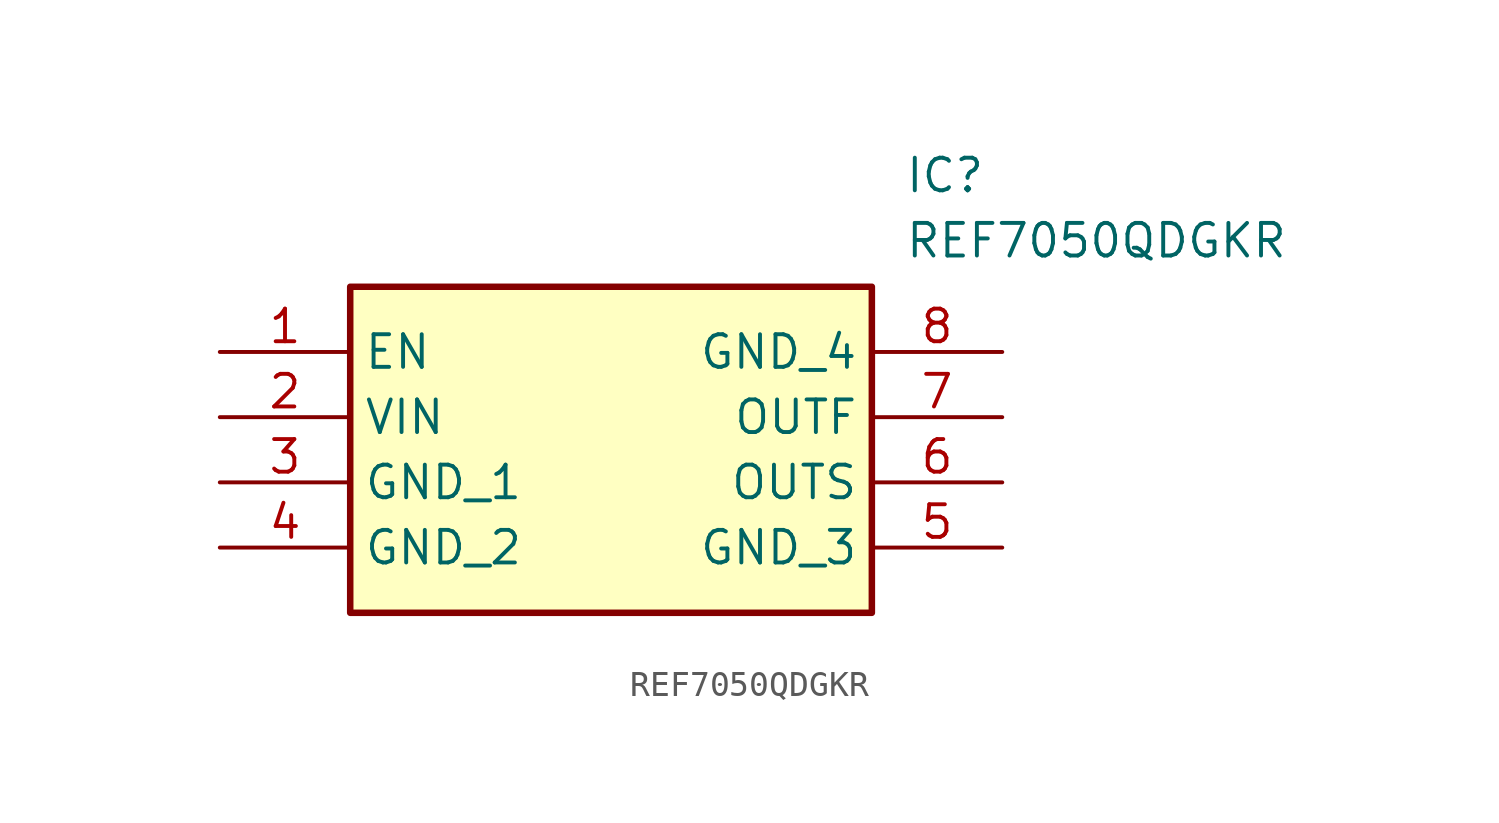
<source format=kicad_sym>
(kicad_symbol_lib
  (version 20211014)
  (generator SamacSys_ECAD_Model)
  (symbol "REF7050QDGKR"
    (property "Reference" "IC"
      (at 26.67 7.62 0)
      (effects (font (size 1.27 1.27)) (justify left top)))
    (property "Value" "REF7050QDGKR"
      (at 26.67 5.08 0)
      (effects (font (size 1.27 1.27)) (justify left top)))
    (rectangle
      (start 5.08 2.54)
      (end 25.4 -10.16)
      (stroke (width 0.254) (type default))
      (fill (type background)))
    (pin passive line
      (at 0 0 0)
      (length 5.08)
      (name "EN" (effects (font (size 1.27 1.27))))
      (number "1" (effects (font (size 1.27 1.27)))))
    (pin passive line
      (at 0 -2.54 0)
      (length 5.08)
      (name "VIN" (effects (font (size 1.27 1.27))))
      (number "2" (effects (font (size 1.27 1.27)))))
    (pin passive line
      (at 0 -5.08 0)
      (length 5.08)
      (name "GND_1" (effects (font (size 1.27 1.27))))
      (number "3" (effects (font (size 1.27 1.27)))))
    (pin passive line
      (at 0 -7.62 0)
      (length 5.08)
      (name "GND_2" (effects (font (size 1.27 1.27))))
      (number "4" (effects (font (size 1.27 1.27)))))
    (pin passive line
      (at 30.48 0 180)
      (length 5.08)
      (name "GND_4" (effects (font (size 1.27 1.27))))
      (number "8" (effects (font (size 1.27 1.27)))))
    (pin passive line
      (at 30.48 -2.54 180)
      (length 5.08)
      (name "OUTF" (effects (font (size 1.27 1.27))))
      (number "7" (effects (font (size 1.27 1.27)))))
    (pin passive line
      (at 30.48 -5.08 180)
      (length 5.08)
      (name "OUTS" (effects (font (size 1.27 1.27))))
      (number "6" (effects (font (size 1.27 1.27)))))
    (pin passive line
      (at 30.48 -7.62 180)
      (length 5.08)
      (name "GND_3" (effects (font (size 1.27 1.27))))
      (number "5" (effects (font (size 1.27 1.27)))))))
</source>
